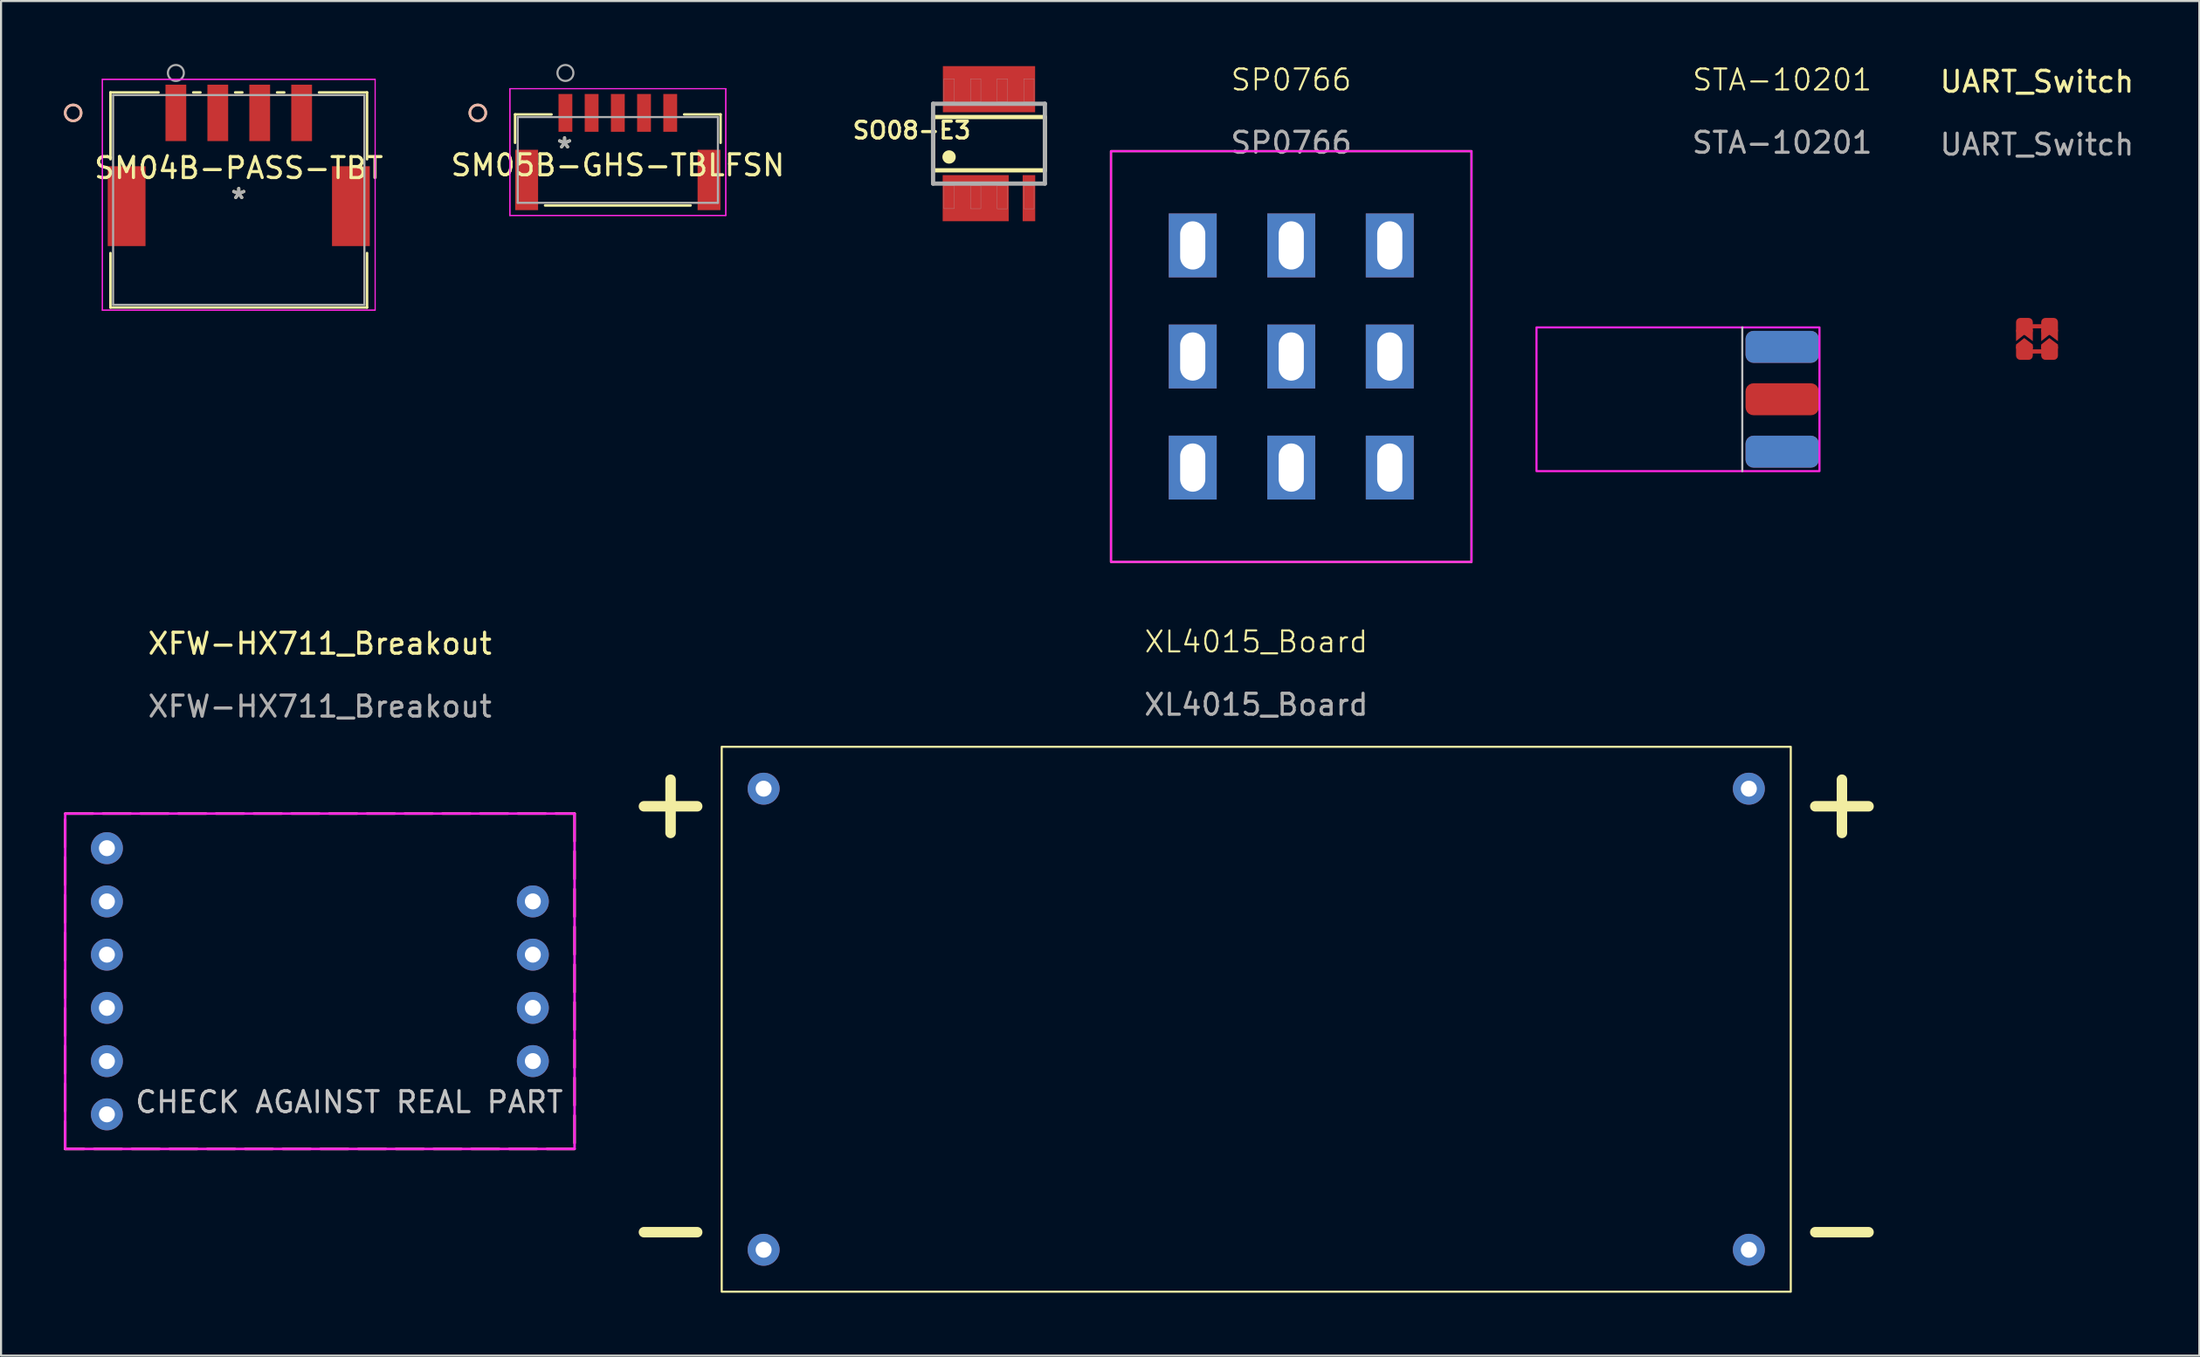
<source format=kicad_pcb>
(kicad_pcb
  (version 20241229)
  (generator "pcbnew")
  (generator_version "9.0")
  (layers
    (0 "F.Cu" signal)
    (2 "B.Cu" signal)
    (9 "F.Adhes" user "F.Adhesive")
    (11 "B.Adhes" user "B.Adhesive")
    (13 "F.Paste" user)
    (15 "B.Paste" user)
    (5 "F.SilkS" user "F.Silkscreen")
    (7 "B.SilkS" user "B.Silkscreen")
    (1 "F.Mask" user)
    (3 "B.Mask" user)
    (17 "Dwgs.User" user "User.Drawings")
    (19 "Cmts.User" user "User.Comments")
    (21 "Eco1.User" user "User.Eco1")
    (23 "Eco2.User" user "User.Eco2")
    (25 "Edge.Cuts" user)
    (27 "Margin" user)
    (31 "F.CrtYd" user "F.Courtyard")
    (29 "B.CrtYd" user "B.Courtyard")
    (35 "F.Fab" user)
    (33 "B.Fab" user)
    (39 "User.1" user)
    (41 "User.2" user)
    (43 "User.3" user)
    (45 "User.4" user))
  (footprint "SM05B-GHS-TBLFSN"
    (layer "F.Cu")
    (at 26.424 4.581)
    (property "Reference" "SM05B-GHS-TBLFSN" (at 0 0.254 0) (layer "F.SilkS") (effects (font (size 1 1) (thickness 0.15))))
    (attr through_hole)
    (fp_line (start -4.902 -2.172) (end -4.902 -0.817) (stroke (width 0.12) (type solid)) (layer "F.SilkS"))
    (fp_line (start -3.471 2.172) (end 3.471 2.172) (stroke (width 0.12) (type solid)) (layer "F.SilkS"))
    (fp_line (start -3.163 -2.172) (end -4.902 -2.172) (stroke (width 0.12) (type solid)) (layer "F.SilkS"))
    (fp_line (start 4.902 -2.172) (end 3.163 -2.172) (stroke (width 0.12) (type solid)) (layer "F.SilkS"))
    (fp_line (start 4.902 -0.817) (end 4.902 -2.172) (stroke (width 0.12) (type solid)) (layer "F.SilkS"))
    (fp_circle (center -6.68 -2.245) (end -6.299 -2.245) (stroke (width 0.12) (type solid)) (fill no) (layer "F.SilkS"))
    (fp_circle (center -6.68 -2.245) (end -6.299 -2.245) (stroke (width 0.12) (type solid)) (fill no) (layer "B.SilkS"))
    (fp_line (start -5.15 -3.4) (end -5.15 2.649) (stroke (width 0.05) (type solid)) (layer "F.CrtYd"))
    (fp_line (start -5.15 -3.4) (end -5.15 2.649) (stroke (width 0.05) (type solid)) (layer "F.CrtYd"))
    (fp_line (start -5.15 2.649) (end 5.15 2.649) (stroke (width 0.05) (type solid)) (layer "F.CrtYd"))
    (fp_line (start -5.15 2.649) (end 5.15 2.649) (stroke (width 0.05) (type solid)) (layer "F.CrtYd"))
    (fp_line (start 5.15 -3.4) (end -5.15 -3.4) (stroke (width 0.05) (type solid)) (layer "F.CrtYd"))
    (fp_line (start 5.15 -3.4) (end -5.15 -3.4) (stroke (width 0.05) (type solid)) (layer "F.CrtYd"))
    (fp_line (start 5.15 2.649) (end 5.15 -3.4) (stroke (width 0.05) (type solid)) (layer "F.CrtYd"))
    (fp_line (start 5.15 2.649) (end 5.15 -3.4) (stroke (width 0.05) (type solid)) (layer "F.CrtYd"))
    (fp_line (start -4.775 -2.045) (end -4.775 2.045) (stroke (width 0.1) (type solid)) (layer "F.Fab"))
    (fp_line (start -4.775 2.045) (end 4.775 2.045) (stroke (width 0.1) (type solid)) (layer "F.Fab"))
    (fp_line (start 4.775 -2.045) (end -4.775 -2.045) (stroke (width 0.1) (type solid)) (layer "F.Fab"))
    (fp_line (start 4.775 2.045) (end 4.775 -2.045) (stroke (width 0.1) (type solid)) (layer "F.Fab"))
    (fp_circle (center -2.5 -4.15) (end -2.119 -4.15) (stroke (width 0.1) (type solid)) (fill no) (layer "F.Fab"))
    (fp_text user "*" (at -2.54 -0.508 0) (layer "F.SilkS") (effects (font (size 1 1) (thickness 0.15))))
    (fp_text user "*" (at -2.54 -0.508 0) (layer "F.Fab") (effects (font (size 1 1) (thickness 0.15))))
    (pad "1" smd rect (at -2.5 -2.245) (size 0.66 1.803) (layers "F.Cu" "F.Mask" "F.Paste"))
    (pad "2" smd rect (at -1.25 -2.245) (size 0.66 1.803) (layers "F.Cu" "F.Mask" "F.Paste"))
    (pad "3" smd rect (at 0 -2.245) (size 0.66 1.803) (layers "F.Cu" "F.Mask" "F.Paste"))
    (pad "4" smd rect (at 1.25 -2.245) (size 0.66 1.803) (layers "F.Cu" "F.Mask" "F.Paste"))
    (pad "5" smd rect (at 2.5 -2.245) (size 0.66 1.803) (layers "F.Cu" "F.Mask" "F.Paste"))
    (pad "6" smd rect (at -4.35 0.955) (size 1.092 2.88) (layers "F.Cu" "F.Mask" "F.Paste"))
    (pad "7" smd rect (at 4.35 0.955) (size 1.092 2.88) (layers "F.Cu" "F.Mask" "F.Paste")))
  (footprint "SM04B-PASS-TBT"
    (layer "F.Cu")
    (at 8.34 6.49)
    (property "Reference" "SM04B-PASS-TBT" (at 0 -1.524 0) (layer "F.SilkS") (effects (font (size 1 1) (thickness 0.15))))
    (attr through_hole)
    (fp_line (start -6.121 -5.131) (end -6.121 -1.942) (stroke (width 0.12) (type solid)) (layer "F.SilkS"))
    (fp_line (start -6.121 2.534) (end -6.121 5.131) (stroke (width 0.12) (type solid)) (layer "F.SilkS"))
    (fp_line (start -6.121 5.131) (end 6.121 5.131) (stroke (width 0.12) (type solid)) (layer "F.SilkS"))
    (fp_line (start -3.828 -5.131) (end -6.121 -5.131) (stroke (width 0.12) (type solid)) (layer "F.SilkS"))
    (fp_line (start -1.828 -5.131) (end -2.172 -5.131) (stroke (width 0.12) (type solid)) (layer "F.SilkS"))
    (fp_line (start 0.172 -5.131) (end -0.172 -5.131) (stroke (width 0.12) (type solid)) (layer "F.SilkS"))
    (fp_line (start 2.172 -5.131) (end 1.828 -5.131) (stroke (width 0.12) (type solid)) (layer "F.SilkS"))
    (fp_line (start 6.121 -5.131) (end 3.828 -5.131) (stroke (width 0.12) (type solid)) (layer "F.SilkS"))
    (fp_line (start 6.121 -1.942) (end 6.121 -5.131) (stroke (width 0.12) (type solid)) (layer "F.SilkS"))
    (fp_line (start 6.121 5.131) (end 6.121 2.534) (stroke (width 0.12) (type solid)) (layer "F.SilkS"))
    (fp_circle (center -7.899 -4.154) (end -7.518 -4.154) (stroke (width 0.12) (type solid)) (fill no) (layer "F.SilkS"))
    (fp_circle (center -7.899 -4.154) (end -7.518 -4.154) (stroke (width 0.12) (type solid)) (fill no) (layer "B.SilkS"))
    (fp_line (start -6.506 -5.754) (end -6.506 5.258) (stroke (width 0.05) (type solid)) (layer "F.CrtYd"))
    (fp_line (start -6.506 -5.754) (end -6.506 5.258) (stroke (width 0.05) (type solid)) (layer "F.CrtYd"))
    (fp_line (start -6.506 5.258) (end 6.506 5.258) (stroke (width 0.05) (type solid)) (layer "F.CrtYd"))
    (fp_line (start -6.506 5.258) (end 6.506 5.258) (stroke (width 0.05) (type solid)) (layer "F.CrtYd"))
    (fp_line (start 6.506 -5.754) (end -6.506 -5.754) (stroke (width 0.05) (type solid)) (layer "F.CrtYd"))
    (fp_line (start 6.506 -5.754) (end -6.506 -5.754) (stroke (width 0.05) (type solid)) (layer "F.CrtYd"))
    (fp_line (start 6.506 5.258) (end 6.506 -5.754) (stroke (width 0.05) (type solid)) (layer "F.CrtYd"))
    (fp_line (start 6.506 5.258) (end 6.506 -5.754) (stroke (width 0.05) (type solid)) (layer "F.CrtYd"))
    (fp_line (start -5.994 -5.004) (end -5.994 5.004) (stroke (width 0.1) (type solid)) (layer "F.Fab"))
    (fp_line (start -5.994 5.004) (end 5.994 5.004) (stroke (width 0.1) (type solid)) (layer "F.Fab"))
    (fp_line (start 5.994 -5.004) (end -5.994 -5.004) (stroke (width 0.1) (type solid)) (layer "F.Fab"))
    (fp_line (start 5.994 5.004) (end 5.994 -5.004) (stroke (width 0.1) (type solid)) (layer "F.Fab"))
    (fp_circle (center -3 -6.059) (end -2.619 -6.059) (stroke (width 0.1) (type solid)) (fill no) (layer "F.Fab"))
    (fp_text user "*" (at 0 0 0) (layer "F.SilkS") (effects (font (size 1 1) (thickness 0.15))))
    (fp_text user "*" (at 0 0 0) (layer "F.Fab") (effects (font (size 1 1) (thickness 0.15))))
    (pad "1" smd rect (at -3 -4.154) (size 0.991 2.692) (layers "F.Cu" "F.Mask" "F.Paste"))
    (pad "2" smd rect (at -1 -4.154) (size 0.991 2.692) (layers "F.Cu" "F.Mask" "F.Paste"))
    (pad "3" smd rect (at 1 -4.154) (size 0.991 2.692) (layers "F.Cu" "F.Mask" "F.Paste"))
    (pad "4" smd rect (at 3 -4.154) (size 0.991 2.692) (layers "F.Cu" "F.Mask" "F.Paste"))
    (pad "5" smd rect (at -5.35 0.296) (size 1.803 3.81) (layers "F.Cu" "F.Mask" "F.Paste"))
    (pad "6" smd rect (at 5.35 0.296) (size 1.803 3.81) (layers "F.Cu" "F.Mask" "F.Paste")))
  (footprint "STA-10201"
    (layer "F.Cu")
    (at 81.972 16)
    (property "Reference" "STA-10201" (at 0 -15.24 0) (unlocked yes) (layer "F.SilkS") (effects (font (size 1 1) (thickness 0.1))))
    (attr smd)
    (fp_line (start -1.905 -3.429) (end -1.905 3.429) (stroke (width 0.1) (type default)) (layer "Dwgs.User"))
    (fp_rect (start -11.722 -3.429) (end 1.778 3.429) (stroke (width 0.1) (type default)) (fill no) (layer "F.CrtYd"))
    (fp_text user "${REFERENCE}" (at 0 -12.24 0) (unlocked yes) (layer "F.Fab") (effects (font (size 1 1) (thickness 0.15))))
    (pad "1" smd roundrect (at 0 0) (size 3.5 1.524) (layers "F.Cu" "F.Mask" "F.Paste") (roundrect_rratio 0.25))
    (pad "2" smd roundrect (at 0 -2.5) (size 3.5 1.524) (layers "F.Cu" "F.Mask" "F.Paste") (roundrect_rratio 0.25))
    (pad "2" smd roundrect (at 0 -2.5) (size 3.5 1.524) (layers "B.Cu" "B.Mask" "B.Paste") (roundrect_rratio 0.25))
    (pad "2" smd roundrect (at 0 2.5) (size 3.5 1.524) (layers "F.Cu" "F.Mask" "F.Paste") (roundrect_rratio 0.25))
    (pad "2" smd roundrect (at 0 2.5) (size 3.5 1.524) (layers "B.Cu" "B.Mask" "B.Paste") (roundrect_rratio 0.25)))
  (footprint "SO08-E3"
    (layer "F.Cu")
    (at 44.131 3.805)
    (property "Reference" "SO08-E3" (at -3.684 -0.635 180) (layer "F.SilkS") (effects (font (size 0.8 0.8) (thickness 0.15))))
    (attr smd)
    (fp_poly (pts (xy -2.303 -3.8) (xy -1.5 -3.8) (xy -1.5 -1.402) (xy -2.303 -1.402)) (stroke (width 0.01) (type solid)) (fill yes) (layer "F.Mask"))
    (fp_poly (pts (xy -2.301 1.4) (xy -1.5 1.4) (xy -1.5 3.801) (xy -2.301 3.801)) (stroke (width 0.01) (type solid)) (fill yes) (layer "F.Mask"))
    (fp_poly (pts (xy -1.052 -3.8) (xy -0.25 -3.8) (xy -0.25 -1.403) (xy -1.052 -1.403)) (stroke (width 0.01) (type solid)) (fill yes) (layer "F.Mask"))
    (fp_poly (pts (xy -1.051 1.4) (xy -0.25 1.4) (xy -0.25 3.803) (xy -1.051 3.803)) (stroke (width 0.01) (type solid)) (fill yes) (layer "F.Mask"))
    (fp_poly (pts (xy 0.25 -3.8) (xy 1.05 -3.8) (xy 1.05 -1.402) (xy 0.25 -1.402)) (stroke (width 0.01) (type solid)) (fill yes) (layer "F.Mask"))
    (fp_poly (pts (xy 0.25 1.4) (xy 1.05 1.4) (xy 1.05 3.807) (xy 0.25 3.807)) (stroke (width 0.01) (type solid)) (fill yes) (layer "F.Mask"))
    (fp_poly (pts (xy 1.502 -3.8) (xy 2.3 -3.8) (xy 2.3 -1.402) (xy 1.502 -1.402)) (stroke (width 0.01) (type solid)) (fill yes) (layer "F.Mask"))
    (fp_line (start -2.667 -1.27) (end 2.667 -1.27) (stroke (width 0.203) (type solid)) (layer "F.SilkS"))
    (fp_line (start -2.667 1.27) (end -2.667 -1.27) (stroke (width 0.203) (type solid)) (layer "F.SilkS"))
    (fp_line (start 2.667 -1.27) (end 2.667 1.27) (stroke (width 0.203) (type solid)) (layer "F.SilkS"))
    (fp_line (start 2.667 1.27) (end -2.667 1.27) (stroke (width 0.203) (type solid)) (layer "F.SilkS"))
    (fp_circle (center -1.905 0.635) (end -1.587 0.635) (stroke (width 0) (type solid)) (fill yes) (layer "F.SilkS"))
    (fp_line (start -2.667 -1.905) (end 2.667 -1.905) (stroke (width 0.203) (type solid)) (layer "F.Fab"))
    (fp_line (start -2.667 1.905) (end -2.667 -1.905) (stroke (width 0.203) (type solid)) (layer "F.Fab"))
    (fp_line (start 2.667 -1.905) (end 2.667 1.905) (stroke (width 0.203) (type solid)) (layer "F.Fab"))
    (fp_line (start 2.667 1.905) (end -2.667 1.905) (stroke (width 0.203) (type solid)) (layer "F.Fab"))
    (fp_poly (pts (xy -2.151 -3.1) (xy -1.66 -3.1) (xy -1.66 -2.001) (xy -2.151 -2.001)) (stroke (width 0.01) (type solid)) (fill no) (layer "F.Fab"))
    (fp_poly (pts (xy -2.15 2) (xy -1.66 2) (xy -1.66 3.1) (xy -2.15 3.1)) (stroke (width 0.01) (type solid)) (fill no) (layer "F.Fab"))
    (fp_poly (pts (xy -0.881 -3.1) (xy -0.39 -3.1) (xy -0.39 -2.002) (xy -0.881 -2.002)) (stroke (width 0.01) (type solid)) (fill no) (layer "F.Fab"))
    (fp_poly (pts (xy -0.881 2) (xy -0.39 2) (xy -0.39 3.102) (xy -0.881 3.102)) (stroke (width 0.01) (type solid)) (fill no) (layer "F.Fab"))
    (fp_poly (pts (xy 0.391 -3.1) (xy 0.88 -3.1) (xy 0.88 -2.004) (xy 0.391 -2.004)) (stroke (width 0.01) (type solid)) (fill no) (layer "F.Fab"))
    (fp_poly (pts (xy 0.391 2) (xy 0.88 2) (xy 0.88 3.106) (xy 0.391 3.106)) (stroke (width 0.01) (type solid)) (fill no) (layer "F.Fab"))
    (fp_poly (pts (xy 1.661 -3.1) (xy 2.15 -3.1) (xy 2.15 -2.001) (xy 1.661 -2.001)) (stroke (width 0.01) (type solid)) (fill no) (layer "F.Fab"))
    (fp_poly (pts (xy 1.663 2) (xy 2.15 2) (xy 2.15 3.106) (xy 1.663 3.106)) (stroke (width 0.01) (type solid)) (fill no) (layer "F.Fab"))
    (pad "1-3" smd rect (at -0.635 2.6 180) (size 3.15 2.2) (layers "F.Cu" "F.Paste"))
    (pad "4" smd rect (at 1.905 2.6) (size 0.6 2.2) (layers "F.Cu" "F.Mask" "F.Paste"))
    (pad "5-8" smd rect (at 0 -2.6 180) (size 4.4 2.2) (layers "F.Cu" "F.Paste")))
  (footprint "SP0766"
    (layer "F.Cu")
    (at 58.55 13.96)
    (property "Reference" "SP0766" (at 0 -13.2 0) (unlocked yes) (layer "F.SilkS") (effects (font (size 1 1) (thickness 0.1))))
    (attr through_hole)
    (fp_rect (start -8.6 -9.8) (end 8.6 9.8) (stroke (width 0.1) (type default)) (fill no) (layer "F.SilkS"))
    (fp_rect (start -8.6 -9.8) (end 8.6 9.8) (stroke (width 0.1) (type default)) (fill no) (layer "F.CrtYd"))
    (fp_text user "${REFERENCE}" (at 0 -10.2 0) (unlocked yes) (layer "F.Fab") (effects (font (size 1 1) (thickness 0.15))))
    (pad "1" thru_hole rect (at -4.7 -5.3) (size 2.286 3.048) (drill oval 1.2 2.3) (layers "*.Cu" "*.Mask"))
    (pad "2" thru_hole rect (at 0 -5.3) (size 2.286 3.048) (drill oval 1.2 2.3) (layers "*.Cu" "*.Mask"))
    (pad "3" thru_hole rect (at 4.7 -5.3) (size 2.286 3.048) (drill oval 1.2 2.3) (layers "*.Cu" "*.Mask"))
    (pad "4" thru_hole rect (at -4.7 0) (size 2.286 3.048) (drill oval 1.2 2.3) (layers "*.Cu" "*.Mask"))
    (pad "5" thru_hole rect (at 0 0) (size 2.286 3.048) (drill oval 1.2 2.3) (layers "*.Cu" "*.Mask"))
    (pad "6" thru_hole rect (at 4.7 0) (size 2.286 3.048) (drill oval 1.2 2.3) (layers "*.Cu" "*.Mask"))
    (pad "7" thru_hole rect (at -4.7 5.3) (size 2.286 3.048) (drill oval 1.2 2.3) (layers "*.Cu" "*.Mask"))
    (pad "8" thru_hole rect (at 0 5.3) (size 2.286 3.048) (drill oval 1.2 2.3) (layers "*.Cu" "*.Mask"))
    (pad "9" thru_hole rect (at 4.7 5.3) (size 2.286 3.048) (drill oval 1.2 2.3) (layers "*.Cu" "*.Mask")))
  (footprint "XFW-HX711_Breakout"
    (layer "F.Cu")
    (at 12.21 43.769)
    (property "Reference" "XFW-HX711_Breakout" (at 0 -16.11 0) (unlocked yes) (layer "F.SilkS") (effects (font (size 1 1) (thickness 0.15))))
    (attr through_hole)
    (fp_rect (start -12.15 -8) (end 12.15 8) (stroke (width 0.12) (type dash)) (fill no) (layer "F.SilkS"))
    (fp_rect (start -12.15 -8) (end 12.15 8) (stroke (width 0.12) (type default)) (fill no) (layer "F.CrtYd"))
    (fp_text user "CHECK AGAINST REAL PART" (at -8.89 6.35 0) (unlocked yes) (layer "Dwgs.User") (effects (font (size 1 1) (thickness 0.15)) (justify left bottom)))
    (fp_text user "${REFERENCE}" (at 0 -13.11 0) (unlocked yes) (layer "F.Fab") (effects (font (size 1 1) (thickness 0.15))))
    (pad "1" thru_hole circle (at -10.16 -6.35) (size 1.524 1.524) (drill 0.762) (layers "*.Cu" "*.Mask"))
    (pad "2" thru_hole circle (at -10.16 -3.81) (size 1.524 1.524) (drill 0.762) (layers "*.Cu" "*.Mask"))
    (pad "3" thru_hole circle (at -10.16 -1.27) (size 1.524 1.524) (drill 0.762) (layers "*.Cu" "*.Mask"))
    (pad "4" thru_hole circle (at -10.16 1.27) (size 1.524 1.524) (drill 0.762) (layers "*.Cu" "*.Mask"))
    (pad "5" thru_hole circle (at -10.16 3.81) (size 1.524 1.524) (drill 0.762) (layers "*.Cu" "*.Mask"))
    (pad "6" thru_hole circle (at -10.16 6.35) (size 1.524 1.524) (drill 0.762) (layers "*.Cu" "*.Mask"))
    (pad "7" thru_hole circle (at 10.16 3.81) (size 1.524 1.524) (drill 0.762) (layers "*.Cu" "*.Mask"))
    (pad "8" thru_hole circle (at 10.16 1.27) (size 1.524 1.524) (drill 0.762) (layers "*.Cu" "*.Mask"))
    (pad "9" thru_hole circle (at 10.16 -1.27) (size 1.524 1.524) (drill 0.762) (layers "*.Cu" "*.Mask"))
    (pad "10" thru_hole circle (at 10.16 -3.81) (size 1.524 1.524) (drill 0.762) (layers "*.Cu" "*.Mask")))
  (footprint "UART_Switch"
    (layer "F.Cu")
    (at 94.127 13.119)
    (property "Reference" "UART_Switch" (at 0 -12.271 0) (unlocked yes) (layer "F.SilkS") (effects (font (size 1 1) (thickness 0.15))))
    (attr smd)
    (fp_poly (pts (xy -0.2 0.11) (xy -0.61 -0.2) (xy -1 0.11) (xy -1 -0.43) (xy -0.2 -0.43)) (stroke (width 0) (type solid)) (fill yes) (layer "F.Cu"))
    (fp_poly (pts (xy -0.2 0.27) (xy -0.2 0.46) (xy -1 0.46) (xy -1 0.27) (xy -0.61 -0.04)) (stroke (width 0) (type solid)) (fill yes) (layer "F.Cu"))
    (fp_poly (pts (xy 1 0.11) (xy 0.59 -0.2) (xy 0.2 0.11) (xy 0.2 -0.43) (xy 1 -0.43)) (stroke (width 0) (type solid)) (fill yes) (layer "F.Cu"))
    (fp_poly (pts (xy 1 0.27) (xy 1 0.46) (xy 0.2 0.46) (xy 0.2 0.27) (xy 0.59 -0.04)) (stroke (width 0) (type solid)) (fill yes) (layer "F.Cu"))
    (fp_text user "${REFERENCE}" (at 0 -9.271 0) (unlocked yes) (layer "F.Fab") (effects (font (size 1 1) (thickness 0.15))))
    (pad "" smd roundrect (at 0 -0.6) (size 0.8 0.2) (layers "F.Cu" "F.Mask" "F.Paste") (roundrect_rratio 0.25))
    (pad "" smd roundrect (at 0 0.6) (size 0.8 0.2) (layers "F.Cu" "F.Mask" "F.Paste") (roundrect_rratio 0.25))
    (pad "1" smd roundrect (at -0.6 -0.6) (size 0.8 0.8) (layers "F.Cu" "F.Mask" "F.Paste") (roundrect_rratio 0.25))
    (pad "2" smd roundrect (at 0.6 0.6) (size 0.8 0.8) (layers "F.Cu" "F.Mask" "F.Paste") (roundrect_rratio 0.25))
    (pad "3" smd roundrect (at -0.6 0.6) (size 0.8 0.8) (layers "F.Cu" "F.Mask" "F.Paste") (roundrect_rratio 0.25))
    (pad "4" smd roundrect (at 0.6 -0.6) (size 0.8 0.8) (layers "F.Cu" "F.Mask" "F.Paste") (roundrect_rratio 0.25)))
  (footprint "XL4015_Board"
    (layer "F.Cu")
    (at 56.88 45.581)
    (property "Reference" "XL4015_Board" (at 0 -18.01 0) (unlocked yes) (layer "F.SilkS") (effects (font (size 1 1) (thickness 0.1))))
    (attr through_hole)
    (fp_line (start -29.21 -10.16) (end -26.67 -10.16) (stroke (width 0.5) (type default)) (layer "F.SilkS"))
    (fp_line (start -29.21 10.16) (end -26.67 10.16) (stroke (width 0.5) (type default)) (layer "F.SilkS"))
    (fp_line (start -27.94 -11.43) (end -27.94 -8.89) (stroke (width 0.5) (type default)) (layer "F.SilkS"))
    (fp_line (start 26.67 -10.16) (end 29.21 -10.16) (stroke (width 0.5) (type default)) (layer "F.SilkS"))
    (fp_line (start 26.67 10.16) (end 29.21 10.16) (stroke (width 0.5) (type default)) (layer "F.SilkS"))
    (fp_line (start 27.94 -11.43) (end 27.94 -8.89) (stroke (width 0.5) (type default)) (layer "F.SilkS"))
    (fp_rect (start -25.5 -13) (end 25.5 13) (stroke (width 0.1) (type default)) (fill no) (layer "F.SilkS"))
    (fp_text user "${REFERENCE}" (at 0 -15.01 0) (unlocked yes) (layer "F.Fab") (effects (font (size 1 1) (thickness 0.15))))
    (pad "1" thru_hole circle (at -23.5 -11) (size 1.524 1.524) (drill 0.762) (layers "*.Cu" "*.Mask"))
    (pad "2" thru_hole circle (at -23.5 11) (size 1.524 1.524) (drill 0.762) (layers "*.Cu" "*.Mask"))
    (pad "3" thru_hole circle (at 23.5 -11) (size 1.524 1.524) (drill 0.762) (layers "*.Cu" "*.Mask"))
    (pad "4" thru_hole circle (at 23.5 11) (size 1.524 1.524) (drill 0.762) (layers "*.Cu" "*.Mask")))
  (gr_rect
    (start -3 -3)
    (end 101.871 61.631)
    (stroke (width 0.1) (type default))
    (fill no)
    (layer "Edge.Cuts")))
</source>
